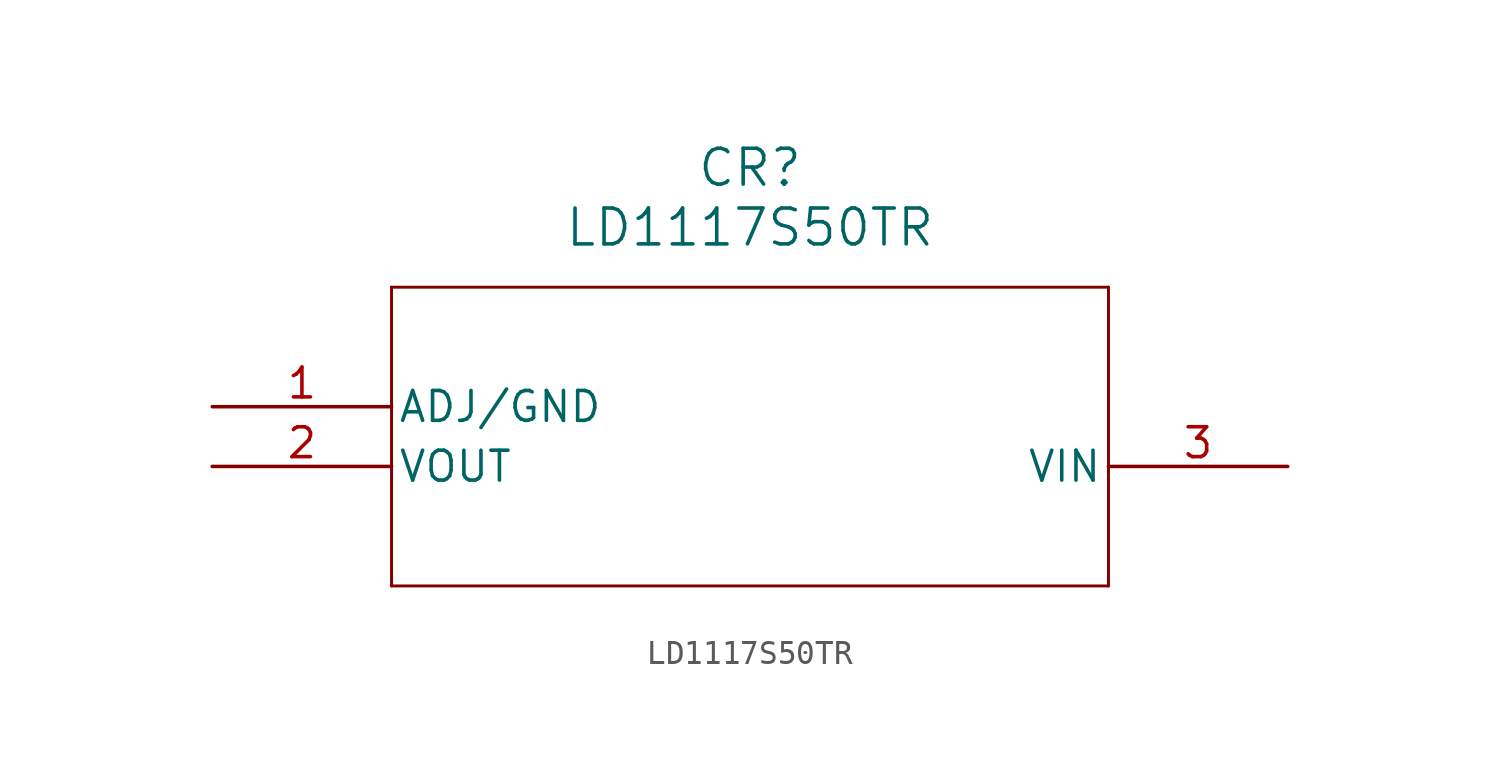
<source format=kicad_sym>
(kicad_symbol_lib
  (version 20211014)
  (generator kicad_symbol_editor)
  (symbol "LD1117S50TR"
    (pin_names
      (offset 0.254))
    (property "Reference" "CR"
      (at 22.86 10.16 0)
      (effects (font (size 1.524 1.524))))
    (property "Value" "LD1117S50TR"
      (at 22.86 7.62 0)
      (effects (font (size 1.524 1.524))))
    (symbol "LD1117S50TR_0_1"
      (polyline (pts (xy 7.62 5.08) (xy 7.62 -7.62)) (stroke (width 0.127) (type default) (color 0 0 0 0)) (fill (type none)))
      (polyline (pts (xy 7.62 -7.62) (xy 38.1 -7.62)) (stroke (width 0.127) (type default) (color 0 0 0 0)) (fill (type none)))
      (polyline (pts (xy 38.1 -7.62) (xy 38.1 5.08)) (stroke (width 0.127) (type default) (color 0 0 0 0)) (fill (type none)))
      (polyline (pts (xy 38.1 5.08) (xy 7.62 5.08)) (stroke (width 0.127) (type default) (color 0 0 0 0)) (fill (type none)))
      (pin power_out line (at 0 0 0) (length 7.62) (name "ADJ/GND" (effects (font (size 1.27 1.27)))) (number "1" (effects (font (size 1.27 1.27)))))
      (pin power_in line (at 0 -2.54 0) (length 7.62) (name "VOUT" (effects (font (size 1.27 1.27)))) (number "2" (effects (font (size 1.27 1.27)))))
      (pin power_in line (at 45.72 -2.54 180) (length 7.62) (name "VIN" (effects (font (size 1.27 1.27)))) (number "3" (effects (font (size 1.27 1.27))))))))
</source>
